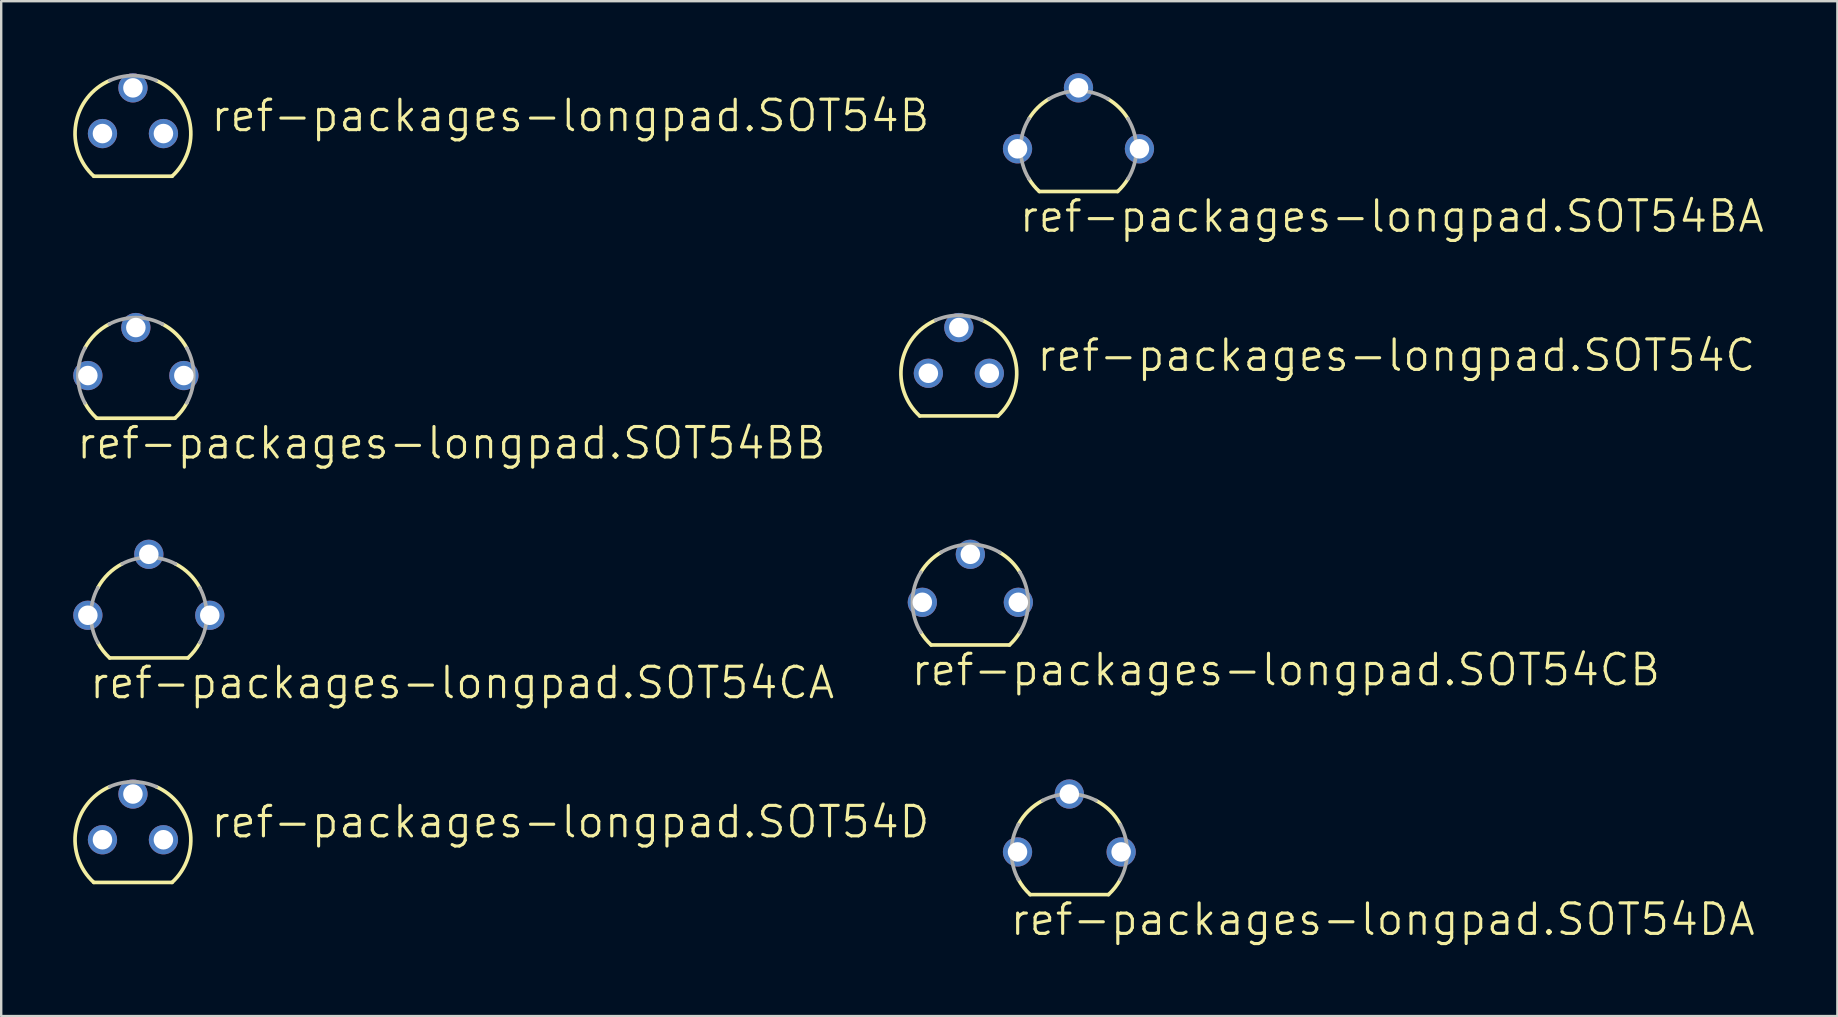
<source format=kicad_pcb>
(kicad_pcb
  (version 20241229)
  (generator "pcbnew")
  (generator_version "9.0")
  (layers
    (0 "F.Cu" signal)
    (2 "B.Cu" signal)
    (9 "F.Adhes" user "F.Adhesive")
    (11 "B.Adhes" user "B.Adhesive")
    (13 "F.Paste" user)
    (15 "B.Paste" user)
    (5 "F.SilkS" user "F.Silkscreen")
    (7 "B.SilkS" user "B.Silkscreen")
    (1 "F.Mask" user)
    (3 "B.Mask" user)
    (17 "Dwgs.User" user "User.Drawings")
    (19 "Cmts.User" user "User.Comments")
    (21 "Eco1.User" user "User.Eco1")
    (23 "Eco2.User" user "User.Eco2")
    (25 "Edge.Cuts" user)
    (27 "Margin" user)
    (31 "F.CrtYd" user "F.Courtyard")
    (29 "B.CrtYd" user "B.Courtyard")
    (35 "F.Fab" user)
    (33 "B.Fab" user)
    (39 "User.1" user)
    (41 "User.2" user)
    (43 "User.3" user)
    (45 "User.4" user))
  (footprint "ref-packages-longpad.SOT54D"
    (layer "F.Cu")
    (at 2.489 31.938)
    (property "Reference" "ref-packages-longpad.SOT54D" (at 3.175 0 0) (layer "F.SilkS") (effects (font (size 1.27 1.27) (thickness 0.13)) (justify left bottom)))
    (attr through_hole)
    (fp_line (start -1.631 1.778) (end 1.631 1.778) (stroke (width 0.152) (type default)) (layer "F.SilkS"))
    (fp_arc (start -1.631 1.778) (mid -2.380096 -0.395238) (end -0.9689 -2.2098) (stroke (width 0.1524) (type default)) (layer "F.SilkS"))
    (fp_arc (start 0.9689 -2.2098) (mid 2.380096 -0.395238) (end 1.631 1.778) (stroke (width 0.1524) (type default)) (layer "F.SilkS"))
    (fp_arc (start -0.9692 -2.2098) (mid 0 -2.412999) (end 0.9692 -2.2098) (stroke (width 0.1524) (type default)) (layer "F.Fab"))
    (pad "B" thru_hole circle (at 1.27 0) (size 1.219 1.219) (drill 0.813) (layers "*.Cu" "*.Mask"))
    (pad "C" thru_hole circle (at 0 -1.905) (size 1.219 1.219) (drill 0.813) (layers "*.Cu" "*.Mask"))
    (pad "E" thru_hole circle (at -1.27 0) (size 1.219 1.219) (drill 0.813) (layers "*.Cu" "*.Mask")))
  (footprint "ref-packages-longpad.SOT54CB"
    (layer "F.Cu")
    (at 37.379 22.045)
    (property "Reference" "ref-packages-longpad.SOT54CB" (at -2.54 3.556 0) (layer "F.SilkS") (effects (font (size 1.27 1.27) (thickness 0.13)) (justify left bottom)))
    (attr through_hole)
    (fp_line (start -1.631 1.778) (end 1.631 1.778) (stroke (width 0.152) (type default)) (layer "F.SilkS"))
    (fp_arc (start -2.0638 -1.2504) (mid -1.695865 -1.716597) (end -1.2252 -2.0788) (stroke (width 0.1524) (type default)) (layer "F.SilkS"))
    (fp_arc (start -1.6313 1.7781) (mid -1.866295 1.529613) (end -2.0638 1.2504) (stroke (width 0.1524) (type default)) (layer "F.SilkS"))
    (fp_arc (start 1.2252 -2.0788) (mid 1.695865 -1.716597) (end 2.0638 -1.2504) (stroke (width 0.1524) (type default)) (layer "F.SilkS"))
    (fp_arc (start 2.0634 1.2504) (mid 1.865939 1.529557) (end 1.631 1.778) (stroke (width 0.1524) (type default)) (layer "F.SilkS"))
    (fp_arc (start -2.0638 1.2504) (mid -2.413042 0) (end -2.0638 -1.2504) (stroke (width 0.1524) (type default)) (layer "F.Fab"))
    (fp_arc (start -1.2252 -2.0788) (mid 0 -2.412991) (end 1.2252 -2.0788) (stroke (width 0.1524) (type default)) (layer "F.Fab"))
    (fp_arc (start 2.0638 -1.2504) (mid 2.413042 0) (end 2.0638 1.2504) (stroke (width 0.1524) (type default)) (layer "F.Fab"))
    (pad "D" thru_hole circle (at 2 0) (size 1.219 1.219) (drill 0.813) (layers "*.Cu" "*.Mask"))
    (pad "G" thru_hole circle (at -2 0) (size 1.219 1.219) (drill 0.813) (layers "*.Cu" "*.Mask"))
    (pad "S" thru_hole circle (at 0 -2) (size 1.219 1.219) (drill 0.813) (layers "*.Cu" "*.Mask")))
  (footprint "ref-packages-longpad.SOT54BB"
    (layer "F.Cu")
    (at 2.61 12.597)
    (property "Reference" "ref-packages-longpad.SOT54BB" (at -2.54 3.556 0) (layer "F.SilkS") (effects (font (size 1.27 1.27) (thickness 0.13)) (justify left bottom)))
    (attr through_hole)
    (fp_line (start -1.631 1.778) (end 1.631 1.778) (stroke (width 0.152) (type default)) (layer "F.SilkS"))
    (fp_arc (start -2.1254 -1.1425) (mid -1.693417 -1.719006) (end -1.1105 -2.1423) (stroke (width 0.1524) (type default)) (layer "F.SilkS"))
    (fp_arc (start -1.631 1.778) (mid -1.904736 1.480999) (end -2.1251 1.1425) (stroke (width 0.1524) (type default)) (layer "F.SilkS"))
    (fp_arc (start 1.1105 -2.1423) (mid 1.693417 -1.719006) (end 2.1254 -1.1425) (stroke (width 0.1524) (type default)) (layer "F.SilkS"))
    (fp_arc (start 2.1251 1.1425) (mid 1.904736 1.480999) (end 1.631 1.778) (stroke (width 0.1524) (type default)) (layer "F.SilkS"))
    (fp_arc (start -2.1254 1.1425) (mid -2.413013 0) (end -2.1254 -1.1425) (stroke (width 0.1524) (type default)) (layer "F.Fab"))
    (fp_arc (start -1.1105 -2.1423) (mid 0 -2.413019) (end 1.1105 -2.1423) (stroke (width 0.1524) (type default)) (layer "F.Fab"))
    (fp_arc (start 2.1254 -1.1425) (mid 2.413013 0) (end 2.1254 1.1425) (stroke (width 0.1524) (type default)) (layer "F.Fab"))
    (pad "B" thru_hole circle (at 2 0) (size 1.219 1.219) (drill 0.813) (layers "*.Cu" "*.Mask"))
    (pad "C" thru_hole circle (at -2 0) (size 1.219 1.219) (drill 0.813) (layers "*.Cu" "*.Mask"))
    (pad "E" thru_hole circle (at 0 -2) (size 1.219 1.219) (drill 0.813) (layers "*.Cu" "*.Mask")))
  (footprint "ref-packages-longpad.SOT54BA"
    (layer "F.Cu")
    (at 41.885 3.15)
    (property "Reference" "ref-packages-longpad.SOT54BA" (at -2.54 3.556 0) (layer "F.SilkS") (effects (font (size 1.27 1.27) (thickness 0.13)) (justify left bottom)))
    (attr through_hole)
    (fp_line (start -1.631 1.778) (end 1.631 1.778) (stroke (width 0.152) (type default)) (layer "F.SilkS"))
    (fp_arc (start -2.0638 -1.2504) (mid -1.695865 -1.716597) (end -1.2252 -2.0788) (stroke (width 0.1524) (type default)) (layer "F.SilkS"))
    (fp_arc (start -1.6313 1.7781) (mid -1.866295 1.529613) (end -2.0638 1.2504) (stroke (width 0.1524) (type default)) (layer "F.SilkS"))
    (fp_arc (start 1.2252 -2.0788) (mid 1.695865 -1.716597) (end 2.0638 -1.2504) (stroke (width 0.1524) (type default)) (layer "F.SilkS"))
    (fp_arc (start 2.0634 1.2504) (mid 1.865939 1.529557) (end 1.631 1.778) (stroke (width 0.1524) (type default)) (layer "F.SilkS"))
    (fp_arc (start -2.0638 1.2504) (mid -2.413042 0) (end -2.0638 -1.2504) (stroke (width 0.1524) (type default)) (layer "F.Fab"))
    (fp_arc (start -1.2252 -2.0788) (mid 0 -2.412991) (end 1.2252 -2.0788) (stroke (width 0.1524) (type default)) (layer "F.Fab"))
    (fp_arc (start 2.0638 -1.2504) (mid 2.413042 0) (end 2.0638 1.2504) (stroke (width 0.1524) (type default)) (layer "F.Fab"))
    (pad "B" thru_hole circle (at 2.54 0) (size 1.219 1.219) (drill 0.813) (layers "*.Cu" "*.Mask"))
    (pad "C" thru_hole circle (at -2.54 0) (size 1.219 1.219) (drill 0.813) (layers "*.Cu" "*.Mask"))
    (pad "E" thru_hole circle (at 0 -2.54) (size 1.219 1.219) (drill 0.813) (layers "*.Cu" "*.Mask")))
  (footprint "ref-packages-longpad.SOT54DA"
    (layer "F.Cu")
    (at 41.504 32.446)
    (property "Reference" "ref-packages-longpad.SOT54DA" (at -2.54 3.556 0) (layer "F.SilkS") (effects (font (size 1.27 1.27) (thickness 0.13)) (justify left bottom)))
    (attr through_hole)
    (fp_line (start -1.631 1.778) (end 1.631 1.778) (stroke (width 0.152) (type default)) (layer "F.SilkS"))
    (fp_arc (start -2.1254 -1.1425) (mid -1.693417 -1.719006) (end -1.1105 -2.1423) (stroke (width 0.1524) (type default)) (layer "F.SilkS"))
    (fp_arc (start -1.631 1.778) (mid -1.904736 1.480999) (end -2.1251 1.1425) (stroke (width 0.1524) (type default)) (layer "F.SilkS"))
    (fp_arc (start 1.1105 -2.1423) (mid 1.693417 -1.719006) (end 2.1254 -1.1425) (stroke (width 0.1524) (type default)) (layer "F.SilkS"))
    (fp_arc (start 2.1251 1.1425) (mid 1.904736 1.480999) (end 1.631 1.778) (stroke (width 0.1524) (type default)) (layer "F.SilkS"))
    (fp_arc (start -2.1254 1.1425) (mid -2.413013 0) (end -2.1254 -1.1425) (stroke (width 0.1524) (type default)) (layer "F.Fab"))
    (fp_arc (start -1.1105 -2.1423) (mid 0 -2.413019) (end 1.1105 -2.1423) (stroke (width 0.1524) (type default)) (layer "F.Fab"))
    (fp_arc (start 2.1254 -1.1425) (mid 2.413013 0) (end 2.1254 1.1425) (stroke (width 0.1524) (type default)) (layer "F.Fab"))
    (pad "B" thru_hole circle (at 2.159 0) (size 1.219 1.219) (drill 0.813) (layers "*.Cu" "*.Mask"))
    (pad "C" thru_hole circle (at 0 -2.413) (size 1.219 1.219) (drill 0.813) (layers "*.Cu" "*.Mask"))
    (pad "E" thru_hole circle (at -2.159 0) (size 1.219 1.219) (drill 0.813) (layers "*.Cu" "*.Mask")))
  (footprint "ref-packages-longpad.SOT54C"
    (layer "F.Cu")
    (at 36.9 12.502)
    (property "Reference" "ref-packages-longpad.SOT54C" (at 3.175 0 0) (layer "F.SilkS") (effects (font (size 1.27 1.27) (thickness 0.13)) (justify left bottom)))
    (attr through_hole)
    (fp_line (start -1.631 1.778) (end 1.631 1.778) (stroke (width 0.152) (type default)) (layer "F.SilkS"))
    (fp_arc (start -1.631 1.778) (mid -2.380096 -0.395238) (end -0.9689 -2.2098) (stroke (width 0.1524) (type default)) (layer "F.SilkS"))
    (fp_arc (start 0.9689 -2.2098) (mid 2.380096 -0.395238) (end 1.631 1.778) (stroke (width 0.1524) (type default)) (layer "F.SilkS"))
    (fp_arc (start -0.9692 -2.2098) (mid 0 -2.412999) (end 0.9692 -2.2098) (stroke (width 0.1524) (type default)) (layer "F.Fab"))
    (pad "D" thru_hole circle (at 1.27 0) (size 1.219 1.219) (drill 0.813) (layers "*.Cu" "*.Mask"))
    (pad "G" thru_hole circle (at -1.27 0) (size 1.219 1.219) (drill 0.813) (layers "*.Cu" "*.Mask"))
    (pad "S" thru_hole circle (at 0 -1.905) (size 1.219 1.219) (drill 0.813) (layers "*.Cu" "*.Mask")))
  (footprint "ref-packages-longpad.SOT54CA"
    (layer "F.Cu")
    (at 3.15 22.585)
    (property "Reference" "ref-packages-longpad.SOT54CA" (at -2.54 3.556 0) (layer "F.SilkS") (effects (font (size 1.27 1.27) (thickness 0.13)) (justify left bottom)))
    (attr through_hole)
    (fp_line (start -1.631 1.778) (end 1.631 1.778) (stroke (width 0.152) (type default)) (layer "F.SilkS"))
    (fp_arc (start -2.1254 -1.1425) (mid -1.693417 -1.719006) (end -1.1105 -2.1423) (stroke (width 0.1524) (type default)) (layer "F.SilkS"))
    (fp_arc (start -1.631 1.778) (mid -1.904736 1.480999) (end -2.1251 1.1425) (stroke (width 0.1524) (type default)) (layer "F.SilkS"))
    (fp_arc (start 1.1105 -2.1423) (mid 1.693417 -1.719006) (end 2.1254 -1.1425) (stroke (width 0.1524) (type default)) (layer "F.SilkS"))
    (fp_arc (start 2.1251 1.1425) (mid 1.904736 1.480999) (end 1.631 1.778) (stroke (width 0.1524) (type default)) (layer "F.SilkS"))
    (fp_arc (start -2.1254 1.1425) (mid -2.413013 0) (end -2.1254 -1.1425) (stroke (width 0.1524) (type default)) (layer "F.Fab"))
    (fp_arc (start -1.1105 -2.1423) (mid 0 -2.413019) (end 1.1105 -2.1423) (stroke (width 0.1524) (type default)) (layer "F.Fab"))
    (fp_arc (start 2.1254 -1.1425) (mid 2.413013 0) (end 2.1254 1.1425) (stroke (width 0.1524) (type default)) (layer "F.Fab"))
    (pad "D" thru_hole circle (at 2.54 0) (size 1.219 1.219) (drill 0.813) (layers "*.Cu" "*.Mask"))
    (pad "G" thru_hole circle (at -2.54 0) (size 1.219 1.219) (drill 0.813) (layers "*.Cu" "*.Mask"))
    (pad "S" thru_hole circle (at 0 -2.54) (size 1.219 1.219) (drill 0.813) (layers "*.Cu" "*.Mask")))
  (footprint "ref-packages-longpad.SOT54B"
    (layer "F.Cu")
    (at 2.489 2.515)
    (property "Reference" "ref-packages-longpad.SOT54B" (at 3.175 0 0) (layer "F.SilkS") (effects (font (size 1.27 1.27) (thickness 0.13)) (justify left bottom)))
    (attr through_hole)
    (fp_line (start -1.631 1.778) (end 1.631 1.778) (stroke (width 0.152) (type default)) (layer "F.SilkS"))
    (fp_arc (start -1.631 1.778) (mid -2.380096 -0.395238) (end -0.9689 -2.2098) (stroke (width 0.1524) (type default)) (layer "F.SilkS"))
    (fp_arc (start 0.9689 -2.2098) (mid 2.380096 -0.395238) (end 1.631 1.778) (stroke (width 0.1524) (type default)) (layer "F.SilkS"))
    (fp_arc (start -0.9692 -2.2098) (mid 0 -2.412999) (end 0.9692 -2.2098) (stroke (width 0.1524) (type default)) (layer "F.Fab"))
    (pad "B" thru_hole circle (at 1.27 0) (size 1.219 1.219) (drill 0.813) (layers "*.Cu" "*.Mask"))
    (pad "C" thru_hole circle (at -1.27 0) (size 1.219 1.219) (drill 0.813) (layers "*.Cu" "*.Mask"))
    (pad "E" thru_hole circle (at 0 -1.905) (size 1.219 1.219) (drill 0.813) (layers "*.Cu" "*.Mask")))
  (gr_rect
    (start -3 -3)
    (end 73.505 39.284)
    (stroke (width 0.1) (type default))
    (fill no)
    (layer "Edge.Cuts")))
</source>
